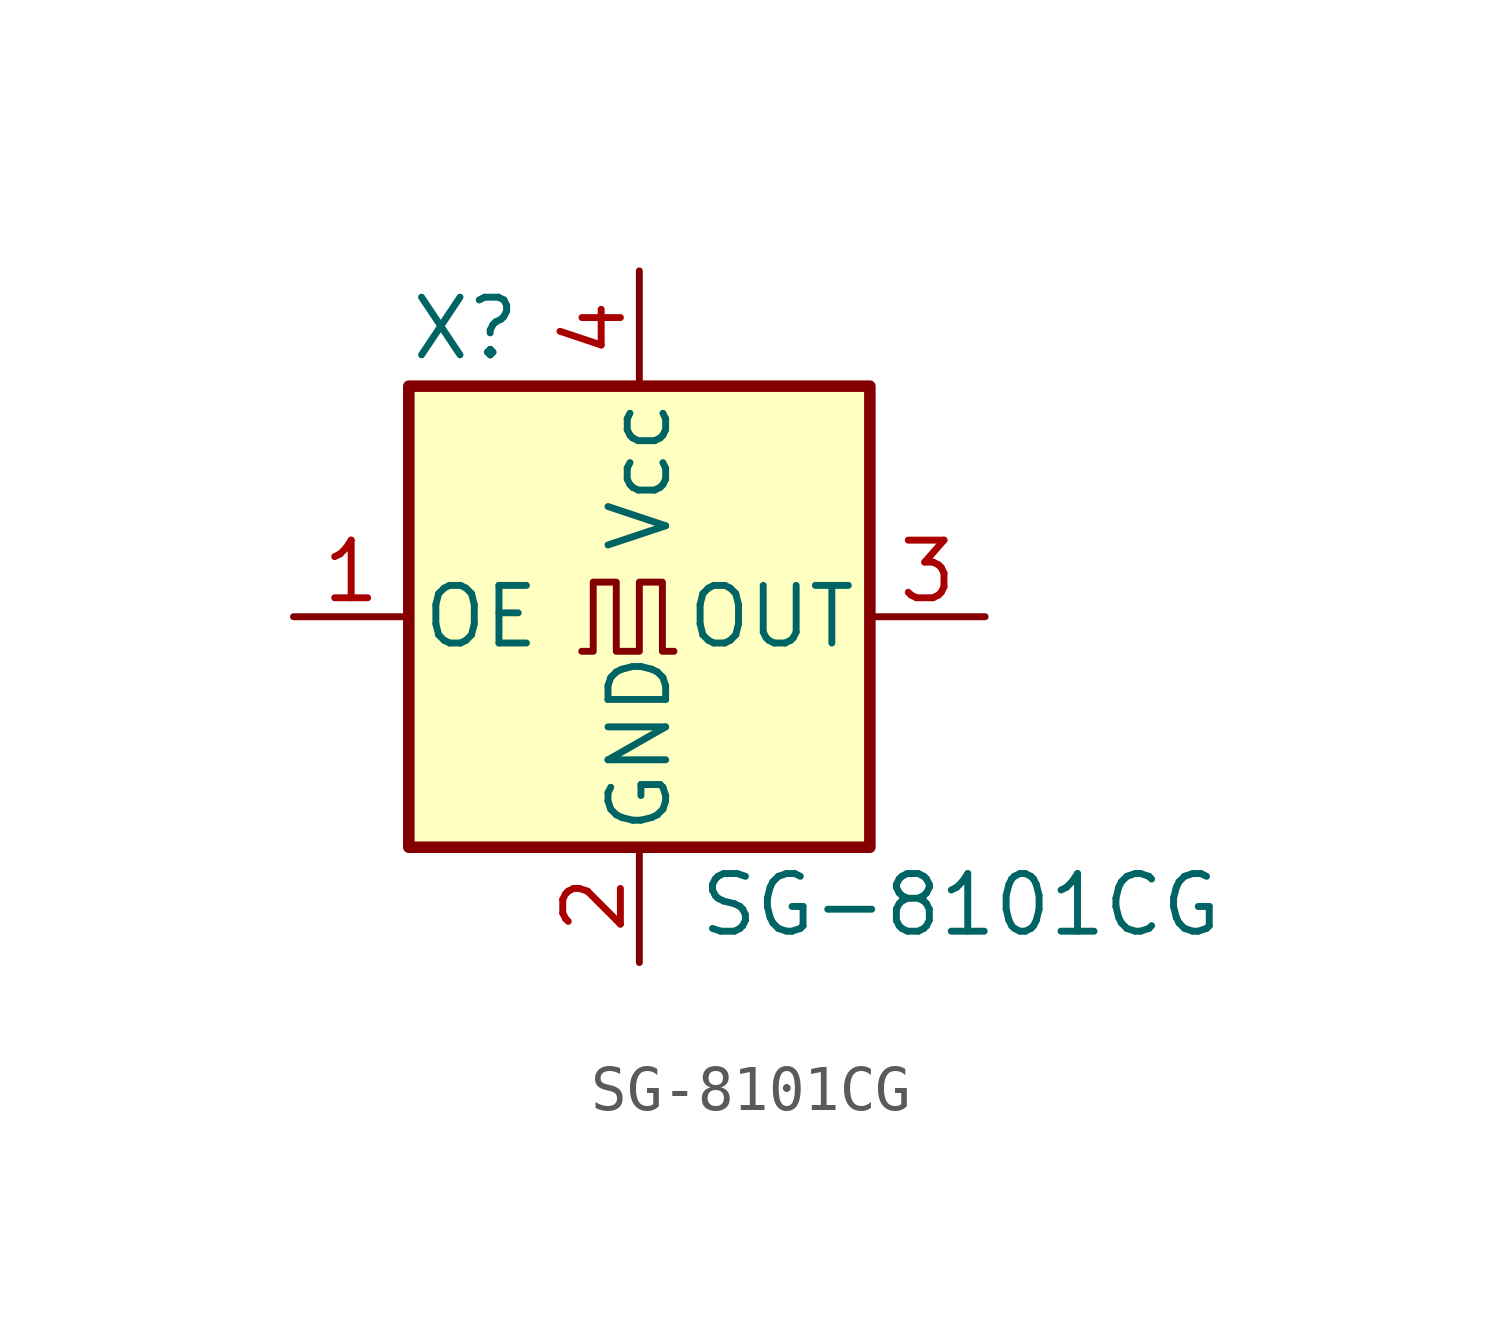
<source format=kicad_sym>
(kicad_symbol_lib
  (version 20211014)
  (generator kicad_symbol_editor)
  (symbol "SG-8101CG"
    (pin_names
      (offset 0.254))
    (property "Reference" "X"
      (at -5.08 6.35 0)
      (effects (font (size 1.27 1.27)) (justify left)))
    (property "Value" "SG-8101CG"
      (at 1.27 -6.35 0)
      (effects (font (size 1.27 1.27)) (justify left)))
    (symbol "SG-8101CG_0_1"
      (rectangle (start -5.08 5.08) (end 5.08 -5.08) (stroke (width 0.254) (type default) (color 0 0 0 0)) (fill (type background)))
      (polyline (pts (xy -1.27 -0.762) (xy -1.016 -0.762) (xy -1.016 0.762) (xy -0.508 0.762) (xy -0.508 -0.762) (xy 0 -0.762) (xy 0 0.762) (xy 0.508 0.762) (xy 0.508 -0.762) (xy 0.762 -0.762)) (stroke (width 0) (type default) (color 0 0 0 0)) (fill (type none))))
    (symbol "SG-8101CG_1_1"
      (pin input line (at -7.62 0 0) (length 2.54) (name "OE" (effects (font (size 1.27 1.27)))) (number "1" (effects (font (size 1.27 1.27)))))
      (pin power_in line (at 0 -7.62 90) (length 2.54) (name "GND" (effects (font (size 1.27 1.27)))) (number "2" (effects (font (size 1.27 1.27)))))
      (pin output line (at 7.62 0 180) (length 2.54) (name "OUT" (effects (font (size 1.27 1.27)))) (number "3" (effects (font (size 1.27 1.27)))))
      (pin power_in line (at 0 7.62 270) (length 2.54) (name "Vcc" (effects (font (size 1.27 1.27)))) (number "4" (effects (font (size 1.27 1.27))))))))
</source>
